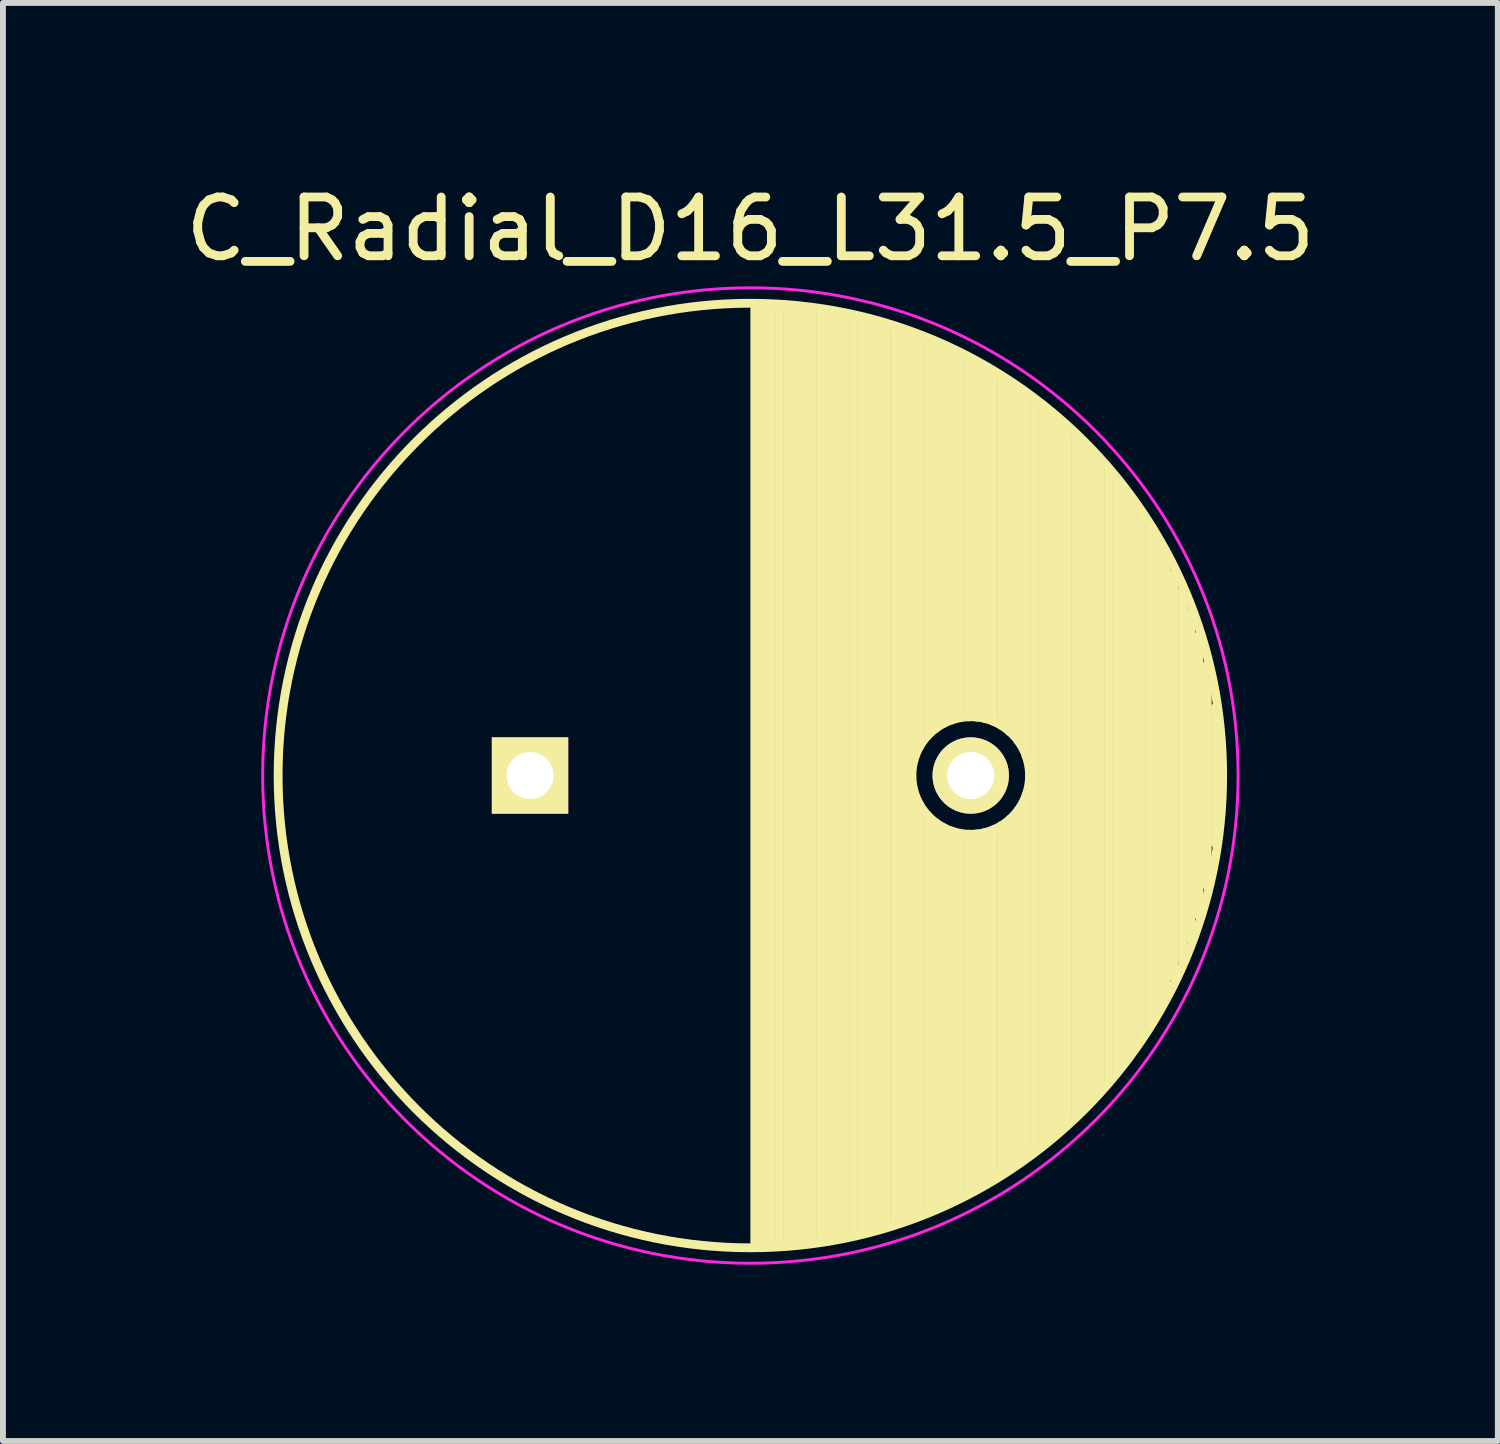
<source format=kicad_pcb>
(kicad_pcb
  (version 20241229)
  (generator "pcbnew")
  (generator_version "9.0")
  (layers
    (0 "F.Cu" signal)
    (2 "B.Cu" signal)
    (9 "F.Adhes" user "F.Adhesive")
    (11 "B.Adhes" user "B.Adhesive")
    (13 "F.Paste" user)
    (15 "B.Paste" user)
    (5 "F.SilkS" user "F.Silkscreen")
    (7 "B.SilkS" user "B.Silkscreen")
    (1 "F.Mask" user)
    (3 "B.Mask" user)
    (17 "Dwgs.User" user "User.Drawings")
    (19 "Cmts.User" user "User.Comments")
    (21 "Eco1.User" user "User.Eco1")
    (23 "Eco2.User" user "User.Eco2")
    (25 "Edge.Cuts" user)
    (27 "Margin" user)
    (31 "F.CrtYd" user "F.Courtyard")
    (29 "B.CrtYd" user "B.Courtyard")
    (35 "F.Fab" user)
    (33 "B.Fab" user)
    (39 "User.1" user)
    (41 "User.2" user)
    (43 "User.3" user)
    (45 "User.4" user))
  (footprint "C_Radial_D16_L31.5_P7.5"
    (layer "F.Cu")
    (at 5.97 10.148)
    (property "Reference" "C_Radial_D16_L31.5_P7.5" (at 3.75 -9.3 0) (layer "F.SilkS") (effects (font (size 1 1) (thickness 0.15))))
    (attr through_hole)
    (fp_line (start 3.825 -8) (end 3.825 8) (stroke (width 0.15) (type solid)) (layer "F.SilkS"))
    (fp_line (start 3.965 -7.997) (end 3.965 7.997) (stroke (width 0.15) (type solid)) (layer "F.SilkS"))
    (fp_line (start 4.105 -7.992) (end 4.105 7.992) (stroke (width 0.15) (type solid)) (layer "F.SilkS"))
    (fp_line (start 4.245 -7.985) (end 4.245 7.985) (stroke (width 0.15) (type solid)) (layer "F.SilkS"))
    (fp_line (start 4.385 -7.975) (end 4.385 7.975) (stroke (width 0.15) (type solid)) (layer "F.SilkS"))
    (fp_line (start 4.525 -7.962) (end 4.525 7.962) (stroke (width 0.15) (type solid)) (layer "F.SilkS"))
    (fp_line (start 4.665 -7.948) (end 4.665 7.948) (stroke (width 0.15) (type solid)) (layer "F.SilkS"))
    (fp_line (start 4.805 -7.93) (end 4.805 7.93) (stroke (width 0.15) (type solid)) (layer "F.SilkS"))
    (fp_line (start 4.945 -7.91) (end 4.945 7.91) (stroke (width 0.15) (type solid)) (layer "F.SilkS"))
    (fp_line (start 5.085 -7.888) (end 5.085 7.888) (stroke (width 0.15) (type solid)) (layer "F.SilkS"))
    (fp_line (start 5.225 -7.863) (end 5.225 7.863) (stroke (width 0.15) (type solid)) (layer "F.SilkS"))
    (fp_line (start 5.365 -7.835) (end 5.365 7.835) (stroke (width 0.15) (type solid)) (layer "F.SilkS"))
    (fp_line (start 5.505 -7.805) (end 5.505 7.805) (stroke (width 0.15) (type solid)) (layer "F.SilkS"))
    (fp_line (start 5.645 -7.772) (end 5.645 7.772) (stroke (width 0.15) (type solid)) (layer "F.SilkS"))
    (fp_line (start 5.785 -7.737) (end 5.785 7.737) (stroke (width 0.15) (type solid)) (layer "F.SilkS"))
    (fp_line (start 5.925 -7.699) (end 5.925 7.699) (stroke (width 0.15) (type solid)) (layer "F.SilkS"))
    (fp_line (start 6.065 -7.658) (end 6.065 7.658) (stroke (width 0.15) (type solid)) (layer "F.SilkS"))
    (fp_line (start 6.205 -7.614) (end 6.205 7.614) (stroke (width 0.15) (type solid)) (layer "F.SilkS"))
    (fp_line (start 6.345 -7.567) (end 6.345 7.567) (stroke (width 0.15) (type solid)) (layer "F.SilkS"))
    (fp_line (start 6.485 -7.518) (end 6.485 7.518) (stroke (width 0.15) (type solid)) (layer "F.SilkS"))
    (fp_line (start 6.625 -7.466) (end 6.625 -0.484) (stroke (width 0.15) (type solid)) (layer "F.SilkS"))
    (fp_line (start 6.625 0.484) (end 6.625 7.466) (stroke (width 0.15) (type solid)) (layer "F.SilkS"))
    (fp_line (start 6.765 -7.41) (end 6.765 -0.678) (stroke (width 0.15) (type solid)) (layer "F.SilkS"))
    (fp_line (start 6.765 0.678) (end 6.765 7.41) (stroke (width 0.15) (type solid)) (layer "F.SilkS"))
    (fp_line (start 6.905 -7.352) (end 6.905 -0.804) (stroke (width 0.15) (type solid)) (layer "F.SilkS"))
    (fp_line (start 6.905 0.804) (end 6.905 7.352) (stroke (width 0.15) (type solid)) (layer "F.SilkS"))
    (fp_line (start 7.045 -7.29) (end 7.045 -0.89) (stroke (width 0.15) (type solid)) (layer "F.SilkS"))
    (fp_line (start 7.045 0.89) (end 7.045 7.29) (stroke (width 0.15) (type solid)) (layer "F.SilkS"))
    (fp_line (start 7.185 -7.225) (end 7.185 -0.949) (stroke (width 0.15) (type solid)) (layer "F.SilkS"))
    (fp_line (start 7.185 0.949) (end 7.185 7.225) (stroke (width 0.15) (type solid)) (layer "F.SilkS"))
    (fp_line (start 7.325 -7.157) (end 7.325 -0.985) (stroke (width 0.15) (type solid)) (layer "F.SilkS"))
    (fp_line (start 7.325 0.985) (end 7.325 7.157) (stroke (width 0.15) (type solid)) (layer "F.SilkS"))
    (fp_line (start 7.465 -7.085) (end 7.465 -0.999) (stroke (width 0.15) (type solid)) (layer "F.SilkS"))
    (fp_line (start 7.465 0.999) (end 7.465 7.085) (stroke (width 0.15) (type solid)) (layer "F.SilkS"))
    (fp_line (start 7.605 -7.01) (end 7.605 -0.994) (stroke (width 0.15) (type solid)) (layer "F.SilkS"))
    (fp_line (start 7.605 0.994) (end 7.605 7.01) (stroke (width 0.15) (type solid)) (layer "F.SilkS"))
    (fp_line (start 7.745 -6.931) (end 7.745 -0.97) (stroke (width 0.15) (type solid)) (layer "F.SilkS"))
    (fp_line (start 7.745 0.97) (end 7.745 6.931) (stroke (width 0.15) (type solid)) (layer "F.SilkS"))
    (fp_line (start 7.885 -6.848) (end 7.885 -0.923) (stroke (width 0.15) (type solid)) (layer "F.SilkS"))
    (fp_line (start 7.885 0.923) (end 7.885 6.848) (stroke (width 0.15) (type solid)) (layer "F.SilkS"))
    (fp_line (start 8.025 -6.762) (end 8.025 -0.851) (stroke (width 0.15) (type solid)) (layer "F.SilkS"))
    (fp_line (start 8.025 0.851) (end 8.025 6.762) (stroke (width 0.15) (type solid)) (layer "F.SilkS"))
    (fp_line (start 8.165 -6.671) (end 8.165 -0.747) (stroke (width 0.15) (type solid)) (layer "F.SilkS"))
    (fp_line (start 8.165 0.747) (end 8.165 6.671) (stroke (width 0.15) (type solid)) (layer "F.SilkS"))
    (fp_line (start 8.305 -6.577) (end 8.305 -0.593) (stroke (width 0.15) (type solid)) (layer "F.SilkS"))
    (fp_line (start 8.305 0.593) (end 8.305 6.577) (stroke (width 0.15) (type solid)) (layer "F.SilkS"))
    (fp_line (start 8.445 -6.477) (end 8.445 -0.327) (stroke (width 0.15) (type solid)) (layer "F.SilkS"))
    (fp_line (start 8.445 0.327) (end 8.445 6.477) (stroke (width 0.15) (type solid)) (layer "F.SilkS"))
    (fp_line (start 8.585 -6.374) (end 8.585 6.374) (stroke (width 0.15) (type solid)) (layer "F.SilkS"))
    (fp_line (start 8.725 -6.265) (end 8.725 6.265) (stroke (width 0.15) (type solid)) (layer "F.SilkS"))
    (fp_line (start 8.865 -6.151) (end 8.865 6.151) (stroke (width 0.15) (type solid)) (layer "F.SilkS"))
    (fp_line (start 9.005 -6.032) (end 9.005 6.032) (stroke (width 0.15) (type solid)) (layer "F.SilkS"))
    (fp_line (start 9.145 -5.907) (end 9.145 5.907) (stroke (width 0.15) (type solid)) (layer "F.SilkS"))
    (fp_line (start 9.285 -5.776) (end 9.285 5.776) (stroke (width 0.15) (type solid)) (layer "F.SilkS"))
    (fp_line (start 9.425 -5.639) (end 9.425 5.639) (stroke (width 0.15) (type solid)) (layer "F.SilkS"))
    (fp_line (start 9.565 -5.494) (end 9.565 5.494) (stroke (width 0.15) (type solid)) (layer "F.SilkS"))
    (fp_line (start 9.705 -5.342) (end 9.705 5.342) (stroke (width 0.15) (type solid)) (layer "F.SilkS"))
    (fp_line (start 9.845 -5.182) (end 9.845 5.182) (stroke (width 0.15) (type solid)) (layer "F.SilkS"))
    (fp_line (start 9.985 -5.012) (end 9.985 5.012) (stroke (width 0.15) (type solid)) (layer "F.SilkS"))
    (fp_line (start 10.125 -4.833) (end 10.125 4.833) (stroke (width 0.15) (type solid)) (layer "F.SilkS"))
    (fp_line (start 10.265 -4.643) (end 10.265 4.643) (stroke (width 0.15) (type solid)) (layer "F.SilkS"))
    (fp_line (start 10.405 -4.44) (end 10.405 4.44) (stroke (width 0.15) (type solid)) (layer "F.SilkS"))
    (fp_line (start 10.545 -4.222) (end 10.545 4.222) (stroke (width 0.15) (type solid)) (layer "F.SilkS"))
    (fp_line (start 10.685 -3.988) (end 10.685 3.988) (stroke (width 0.15) (type solid)) (layer "F.SilkS"))
    (fp_line (start 10.825 -3.734) (end 10.825 3.734) (stroke (width 0.15) (type solid)) (layer "F.SilkS"))
    (fp_line (start 10.965 -3.456) (end 10.965 3.456) (stroke (width 0.15) (type solid)) (layer "F.SilkS"))
    (fp_line (start 11.105 -3.147) (end 11.105 3.147) (stroke (width 0.15) (type solid)) (layer "F.SilkS"))
    (fp_line (start 11.245 -2.797) (end 11.245 2.797) (stroke (width 0.15) (type solid)) (layer "F.SilkS"))
    (fp_line (start 11.385 -2.389) (end 11.385 2.389) (stroke (width 0.15) (type solid)) (layer "F.SilkS"))
    (fp_line (start 11.525 -1.884) (end 11.525 1.884) (stroke (width 0.15) (type solid)) (layer "F.SilkS"))
    (fp_line (start 11.665 -1.163) (end 11.665 1.163) (stroke (width 0.15) (type solid)) (layer "F.SilkS"))
    (fp_circle (center 3.75 0) (end 3.75 -8.037) (stroke (width 0.15) (type solid)) (fill no) (layer "F.SilkS"))
    (fp_circle (center 7.5 0) (end 7.5 -1) (stroke (width 0.15) (type solid)) (fill no) (layer "F.SilkS"))
    (fp_circle (center 3.75 0) (end 3.75 -8.3) (stroke (width 0.05) (type solid)) (fill no) (layer "F.CrtYd"))
    (pad "1" thru_hole rect (at 0 0) (size 1.3 1.3) (drill 0.8) (layers "*.Cu" "*.Mask" "F.SilkS"))
    (pad "2" thru_hole circle (at 7.5 0) (size 1.3 1.3) (drill 0.8) (layers "*.Cu" "*.Mask" "F.SilkS")))
  (gr_rect
    (start -3 -3)
    (end 22.44 21.473)
    (stroke (width 0.1) (type default))
    (fill no)
    (layer "Edge.Cuts")))
</source>
